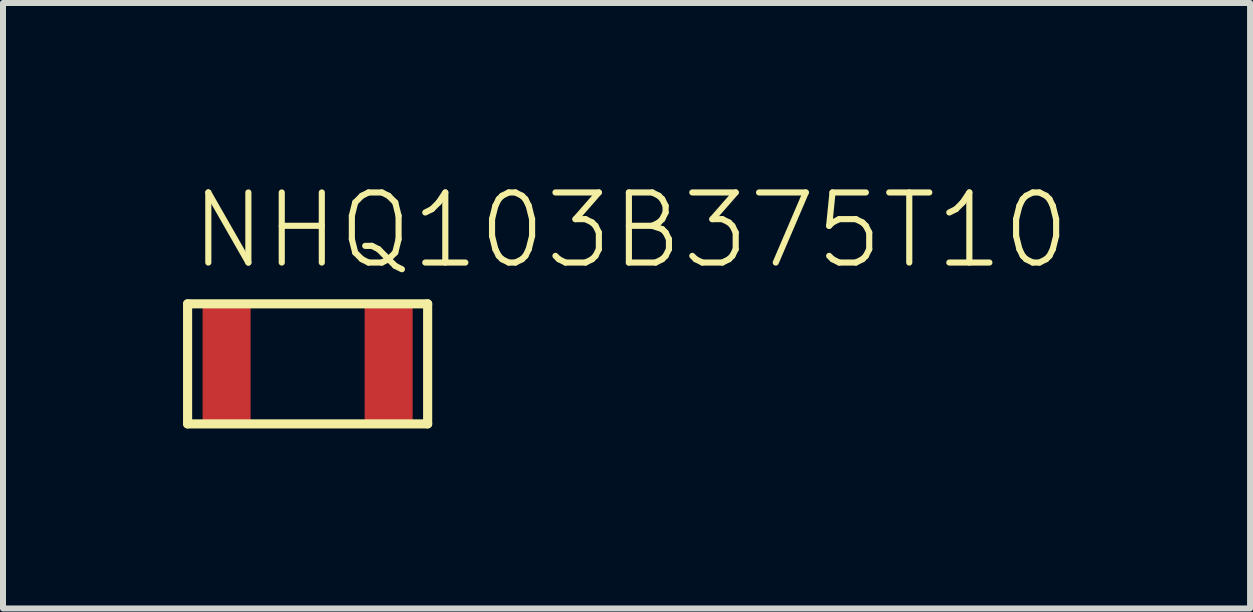
<source format=kicad_pcb>
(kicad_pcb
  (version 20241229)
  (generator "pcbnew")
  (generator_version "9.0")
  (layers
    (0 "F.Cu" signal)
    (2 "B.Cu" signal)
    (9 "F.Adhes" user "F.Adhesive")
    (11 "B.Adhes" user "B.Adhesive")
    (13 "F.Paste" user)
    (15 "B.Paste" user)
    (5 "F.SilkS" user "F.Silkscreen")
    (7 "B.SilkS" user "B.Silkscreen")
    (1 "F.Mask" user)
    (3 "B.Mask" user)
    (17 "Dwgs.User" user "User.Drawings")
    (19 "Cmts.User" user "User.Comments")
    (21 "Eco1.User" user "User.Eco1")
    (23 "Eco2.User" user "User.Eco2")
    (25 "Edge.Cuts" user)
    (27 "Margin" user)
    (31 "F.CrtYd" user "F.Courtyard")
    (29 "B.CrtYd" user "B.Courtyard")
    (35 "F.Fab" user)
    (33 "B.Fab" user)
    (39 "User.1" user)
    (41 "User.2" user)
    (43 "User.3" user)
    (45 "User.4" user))
  (footprint "NHQ103B375T10"
    (layer "F.Cu")
    (at 2.076 3.013)
    (property "Reference" "NHQ103B375T10" (at -2 -1.54 0) (unlocked yes) (layer "F.SilkS") (effects (font (size 1.168 1.168) (thickness 0.102)) (justify left bottom)))
    (fp_line (start -2 -1) (end -2 1) (stroke (width 0.152) (type solid)) (layer "F.SilkS"))
    (fp_line (start -2 1) (end 2 1) (stroke (width 0.152) (type solid)) (layer "F.SilkS"))
    (fp_line (start 2 -1) (end -2 -1) (stroke (width 0.152) (type solid)) (layer "F.SilkS"))
    (fp_line (start 2 1) (end 2 -1) (stroke (width 0.152) (type solid)) (layer "F.SilkS"))
    (pad "P1" smd rect (at -1.35 0) (size 0.8 1.9) (layers "F.Cu" "F.Mask" "F.Paste"))
    (pad "P2" smd rect (at 1.35 0) (size 0.8 1.9) (layers "F.Cu" "F.Mask" "F.Paste")))
  (gr_rect
    (start -3 -3)
    (end 17.78 7.089)
    (stroke (width 0.1) (type default))
    (fill no)
    (layer "Edge.Cuts")))
</source>
